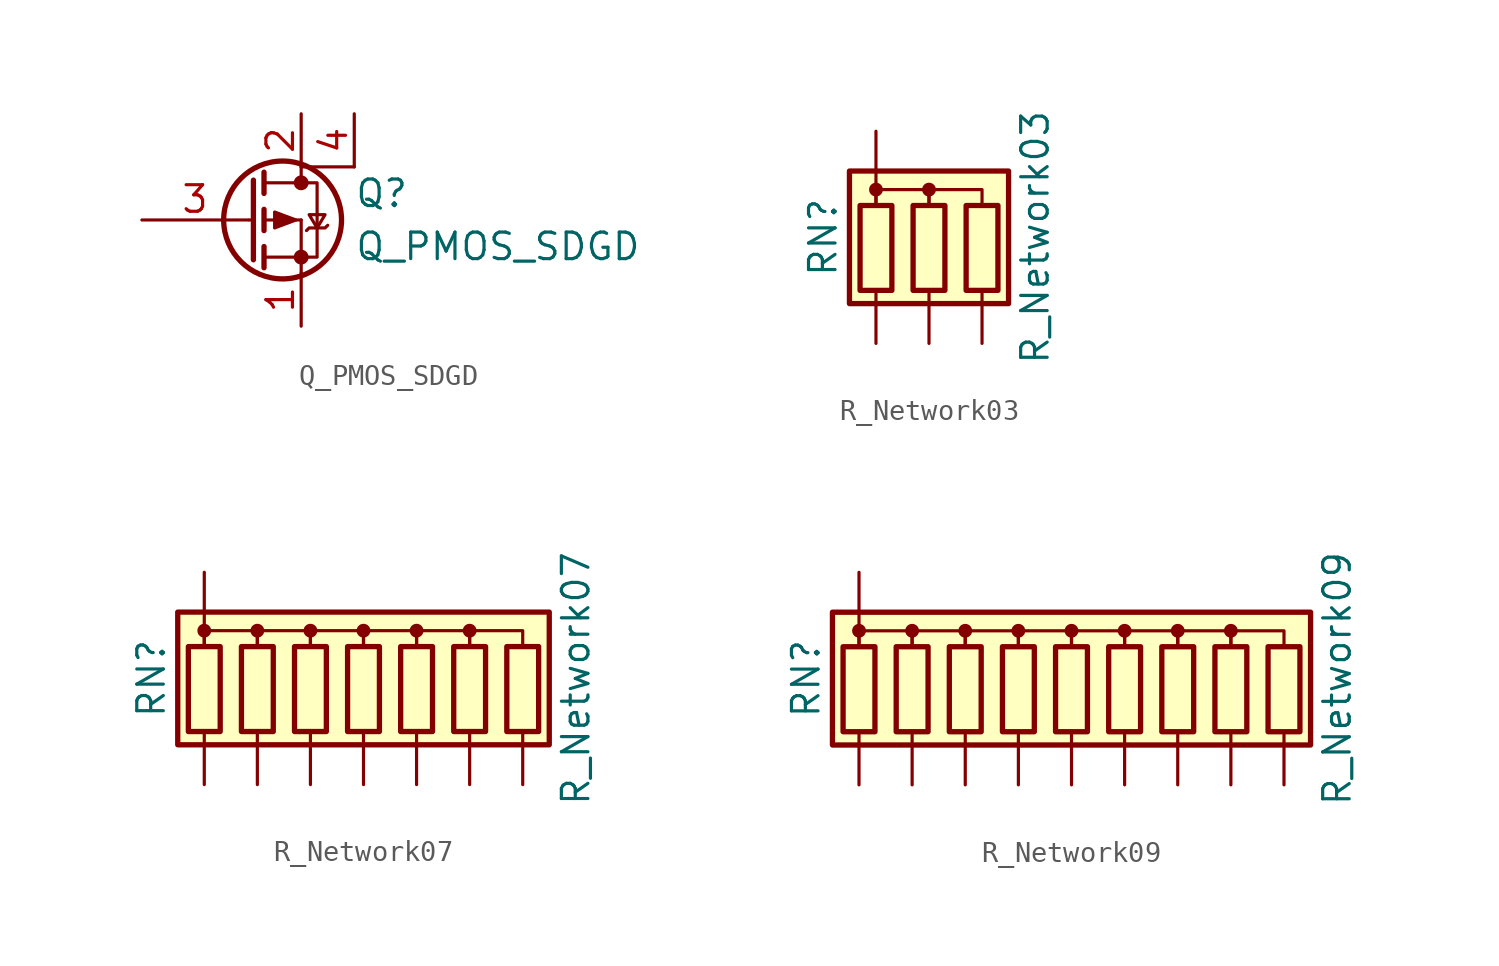
<source format=kicad_sym>
(kicad_symbol_lib
  (version 20211014)
  (generator kicad_symbol_editor)
  (symbol "Q_PMOS_SDGD"
    (pin_names
      (offset 0) hide)
    (property "Reference" "Q"
      (at 5.08 1.27 0)
      (effects (font (size 1.27 1.27)) (justify left)))
    (property "Value" "Q_PMOS_SDGD"
      (at 5.08 -1.27 0)
      (effects (font (size 1.27 1.27)) (justify left)))
    (symbol "Q_PMOS_SDGD_0_1"
      (polyline (pts (xy 0.051 0) (xy 0.254 0)) (stroke (width 0) (type default) (color 0 0 0 0)) (fill (type none)))
      (polyline (pts (xy 0.762 -1.778) (xy 2.54 -1.778)) (stroke (width 0) (type default) (color 0 0 0 0)) (fill (type none)))
      (polyline (pts (xy 0.762 -1.27) (xy 0.762 -2.286)) (stroke (width 0.254) (type default) (color 0 0 0 0)) (fill (type none)))
      (polyline (pts (xy 0.762 0) (xy 2.54 0)) (stroke (width 0) (type default) (color 0 0 0 0)) (fill (type none)))
      (polyline (pts (xy 0.762 0.508) (xy 0.762 -0.508)) (stroke (width 0.254) (type default) (color 0 0 0 0)) (fill (type none)))
      (polyline (pts (xy 0.762 1.778) (xy 2.54 1.778)) (stroke (width 0) (type default) (color 0 0 0 0)) (fill (type none)))
      (polyline (pts (xy 0.762 2.286) (xy 0.762 1.27)) (stroke (width 0.254) (type default) (color 0 0 0 0)) (fill (type none)))
      (polyline (pts (xy 2.54 -1.778) (xy 2.54 -2.54)) (stroke (width 0) (type default) (color 0 0 0 0)) (fill (type none)))
      (polyline (pts (xy 2.54 -1.778) (xy 2.54 0)) (stroke (width 0) (type default) (color 0 0 0 0)) (fill (type none)))
      (polyline (pts (xy 2.54 2.54) (xy 2.54 1.778)) (stroke (width 0) (type default) (color 0 0 0 0)) (fill (type none)))
      (polyline (pts (xy 5.08 2.54) (xy 2.54 2.54)) (stroke (width 0) (type default) (color 0 0 0 0)) (fill (type none)))
      (polyline (pts (xy 0.254 1.905) (xy 0.254 -1.905) (xy 0.254 -1.905)) (stroke (width 0.254) (type default) (color 0 0 0 0)) (fill (type none)))
      (polyline (pts (xy 2.286 0) (xy 1.27 -0.381) (xy 1.27 0.381) (xy 2.286 0)) (stroke (width 0) (type default) (color 0 0 0 0)) (fill (type outline)))
      (polyline (pts (xy 2.54 -1.778) (xy 3.302 -1.778) (xy 3.302 1.778) (xy 2.54 1.778)) (stroke (width 0) (type default) (color 0 0 0 0)) (fill (type none)))
      (polyline (pts (xy 2.794 -0.508) (xy 2.921 -0.381) (xy 3.683 -0.381) (xy 3.81 -0.254)) (stroke (width 0) (type default) (color 0 0 0 0)) (fill (type none)))
      (polyline (pts (xy 3.302 -0.381) (xy 2.921 0.254) (xy 3.683 0.254) (xy 3.302 -0.381)) (stroke (width 0) (type default) (color 0 0 0 0)) (fill (type none)))
      (circle (center 1.651 0) (radius 2.819) (stroke (width 0.254) (type default) (color 0 0 0 0)) (fill (type none)))
      (circle (center 2.54 -1.778) (radius 0.279) (stroke (width 0) (type default) (color 0 0 0 0)) (fill (type outline)))
      (circle (center 2.54 1.778) (radius 0.279) (stroke (width 0) (type default) (color 0 0 0 0)) (fill (type outline))))
    (symbol "Q_PMOS_SDGD_1_1"
      (pin passive line (at 2.54 -5.08 90) (length 2.54) (name "S" (effects (font (size 1.27 1.27)))) (number "1" (effects (font (size 1.27 1.27)))))
      (pin passive line (at 2.54 5.08 270) (length 2.54) (name "D" (effects (font (size 1.27 1.27)))) (number "2" (effects (font (size 1.27 1.27)))))
      (pin input line (at -5.08 0 0) (length 5.08) (name "G" (effects (font (size 1.27 1.27)))) (number "3" (effects (font (size 1.27 1.27)))))
      (pin passive line (at 5.08 5.08 270) (length 2.54) (name "D" (effects (font (size 1.27 1.27)))) (number "4" (effects (font (size 1.27 1.27)))))))
  (symbol "R_Network03"
    (pin_numbers hide)
    (pin_names
      (offset 0) hide)
    (property "Reference" "RN"
      (at -5.08 0 90)
      (effects (font (size 1.27 1.27))))
    (property "Value" "R_Network03"
      (at 5.08 0 90)
      (effects (font (size 1.27 1.27))))
    (symbol "R_Network03_0_1"
      (rectangle (start -3.81 -3.175) (end 3.81 3.175) (stroke (width 0.254) (type default) (color 0 0 0 0)) (fill (type background)))
      (rectangle (start -3.302 1.524) (end -1.778 -2.54) (stroke (width 0.254) (type default) (color 0 0 0 0)) (fill (type none)))
      (circle (center -2.54 2.286) (radius 0.254) (stroke (width 0) (type default) (color 0 0 0 0)) (fill (type outline)))
      (rectangle (start -0.762 1.524) (end 0.762 -2.54) (stroke (width 0.254) (type default) (color 0 0 0 0)) (fill (type none)))
      (polyline (pts (xy -2.54 2.54) (xy -2.54 1.524)) (stroke (width 0) (type default) (color 0 0 0 0)) (fill (type none)))
      (polyline (pts (xy -2.54 1.524) (xy -2.54 2.286) (xy 0 2.286) (xy 0 1.524)) (stroke (width 0) (type default) (color 0 0 0 0)) (fill (type none)))
      (polyline (pts (xy 0 1.524) (xy 0 2.286) (xy 2.54 2.286) (xy 2.54 1.524)) (stroke (width 0) (type default) (color 0 0 0 0)) (fill (type none)))
      (circle (center 0 2.286) (radius 0.254) (stroke (width 0) (type default) (color 0 0 0 0)) (fill (type outline)))
      (rectangle (start 1.778 1.524) (end 3.302 -2.54) (stroke (width 0.254) (type default) (color 0 0 0 0)) (fill (type none))))
    (symbol "R_Network03_1_1"
      (pin passive line (at -2.54 5.08 270) (length 2.54) (name "common" (effects (font (size 1.27 1.27)))) (number "1" (effects (font (size 1.27 1.27)))))
      (pin passive line (at -2.54 -5.08 90) (length 2.54) (name "R1" (effects (font (size 1.27 1.27)))) (number "2" (effects (font (size 1.27 1.27)))))
      (pin passive line (at 0 -5.08 90) (length 2.54) (name "R2" (effects (font (size 1.27 1.27)))) (number "3" (effects (font (size 1.27 1.27)))))
      (pin passive line (at 2.54 -5.08 90) (length 2.54) (name "R3" (effects (font (size 1.27 1.27)))) (number "4" (effects (font (size 1.27 1.27)))))))
  (symbol "R_Network07"
    (pin_numbers hide)
    (pin_names
      (offset 0) hide)
    (property "Reference" "RN"
      (at -10.16 0 90)
      (effects (font (size 1.27 1.27))))
    (property "Value" "R_Network07"
      (at 10.16 0 90)
      (effects (font (size 1.27 1.27))))
    (symbol "R_Network07_0_1"
      (rectangle (start -8.89 -3.175) (end 8.89 3.175) (stroke (width 0.254) (type default) (color 0 0 0 0)) (fill (type background)))
      (rectangle (start -8.382 1.524) (end -6.858 -2.54) (stroke (width 0.254) (type default) (color 0 0 0 0)) (fill (type none)))
      (circle (center -7.62 2.286) (radius 0.254) (stroke (width 0) (type default) (color 0 0 0 0)) (fill (type outline)))
      (rectangle (start -5.842 1.524) (end -4.318 -2.54) (stroke (width 0.254) (type default) (color 0 0 0 0)) (fill (type none)))
      (circle (center -5.08 2.286) (radius 0.254) (stroke (width 0) (type default) (color 0 0 0 0)) (fill (type outline)))
      (rectangle (start -3.302 1.524) (end -1.778 -2.54) (stroke (width 0.254) (type default) (color 0 0 0 0)) (fill (type none)))
      (circle (center -2.54 2.286) (radius 0.254) (stroke (width 0) (type default) (color 0 0 0 0)) (fill (type outline)))
      (rectangle (start -0.762 1.524) (end 0.762 -2.54) (stroke (width 0.254) (type default) (color 0 0 0 0)) (fill (type none)))
      (polyline (pts (xy -7.62 2.54) (xy -7.62 1.524)) (stroke (width 0) (type default) (color 0 0 0 0)) (fill (type none)))
      (polyline (pts (xy -7.62 1.524) (xy -7.62 2.286) (xy -5.08 2.286) (xy -5.08 1.524)) (stroke (width 0) (type default) (color 0 0 0 0)) (fill (type none)))
      (polyline (pts (xy -5.08 1.524) (xy -5.08 2.286) (xy -2.54 2.286) (xy -2.54 1.524)) (stroke (width 0) (type default) (color 0 0 0 0)) (fill (type none)))
      (polyline (pts (xy -2.54 1.524) (xy -2.54 2.286) (xy 0 2.286) (xy 0 1.524)) (stroke (width 0) (type default) (color 0 0 0 0)) (fill (type none)))
      (polyline (pts (xy 0 1.524) (xy 0 2.286) (xy 2.54 2.286) (xy 2.54 1.524)) (stroke (width 0) (type default) (color 0 0 0 0)) (fill (type none)))
      (polyline (pts (xy 2.54 1.524) (xy 2.54 2.286) (xy 5.08 2.286) (xy 5.08 1.524)) (stroke (width 0) (type default) (color 0 0 0 0)) (fill (type none)))
      (polyline (pts (xy 5.08 1.524) (xy 5.08 2.286) (xy 7.62 2.286) (xy 7.62 1.524)) (stroke (width 0) (type default) (color 0 0 0 0)) (fill (type none)))
      (circle (center 0 2.286) (radius 0.254) (stroke (width 0) (type default) (color 0 0 0 0)) (fill (type outline)))
      (rectangle (start 1.778 1.524) (end 3.302 -2.54) (stroke (width 0.254) (type default) (color 0 0 0 0)) (fill (type none)))
      (circle (center 2.54 2.286) (radius 0.254) (stroke (width 0) (type default) (color 0 0 0 0)) (fill (type outline)))
      (rectangle (start 4.318 1.524) (end 5.842 -2.54) (stroke (width 0.254) (type default) (color 0 0 0 0)) (fill (type none)))
      (circle (center 5.08 2.286) (radius 0.254) (stroke (width 0) (type default) (color 0 0 0 0)) (fill (type outline)))
      (rectangle (start 6.858 1.524) (end 8.382 -2.54) (stroke (width 0.254) (type default) (color 0 0 0 0)) (fill (type none))))
    (symbol "R_Network07_1_1"
      (pin passive line (at -7.62 5.08 270) (length 2.54) (name "common" (effects (font (size 1.27 1.27)))) (number "1" (effects (font (size 1.27 1.27)))))
      (pin passive line (at -7.62 -5.08 90) (length 2.54) (name "R1" (effects (font (size 1.27 1.27)))) (number "2" (effects (font (size 1.27 1.27)))))
      (pin passive line (at -5.08 -5.08 90) (length 2.54) (name "R2" (effects (font (size 1.27 1.27)))) (number "3" (effects (font (size 1.27 1.27)))))
      (pin passive line (at -2.54 -5.08 90) (length 2.54) (name "R3" (effects (font (size 1.27 1.27)))) (number "4" (effects (font (size 1.27 1.27)))))
      (pin passive line (at 0 -5.08 90) (length 2.54) (name "R4" (effects (font (size 1.27 1.27)))) (number "5" (effects (font (size 1.27 1.27)))))
      (pin passive line (at 2.54 -5.08 90) (length 2.54) (name "R5" (effects (font (size 1.27 1.27)))) (number "6" (effects (font (size 1.27 1.27)))))
      (pin passive line (at 5.08 -5.08 90) (length 2.54) (name "R6" (effects (font (size 1.27 1.27)))) (number "7" (effects (font (size 1.27 1.27)))))
      (pin passive line (at 7.62 -5.08 90) (length 2.54) (name "R7" (effects (font (size 1.27 1.27)))) (number "8" (effects (font (size 1.27 1.27)))))))
  (symbol "R_Network09"
    (pin_numbers hide)
    (pin_names
      (offset 0) hide)
    (property "Reference" "RN"
      (at -12.7 0 90)
      (effects (font (size 1.27 1.27))))
    (property "Value" "R_Network09"
      (at 12.7 0 90)
      (effects (font (size 1.27 1.27))))
    (symbol "R_Network09_0_1"
      (rectangle (start -11.43 -3.175) (end 11.43 3.175) (stroke (width 0.254) (type default) (color 0 0 0 0)) (fill (type background)))
      (rectangle (start -10.922 1.524) (end -9.398 -2.54) (stroke (width 0.254) (type default) (color 0 0 0 0)) (fill (type none)))
      (circle (center -10.16 2.286) (radius 0.254) (stroke (width 0) (type default) (color 0 0 0 0)) (fill (type outline)))
      (rectangle (start -8.382 1.524) (end -6.858 -2.54) (stroke (width 0.254) (type default) (color 0 0 0 0)) (fill (type none)))
      (circle (center -7.62 2.286) (radius 0.254) (stroke (width 0) (type default) (color 0 0 0 0)) (fill (type outline)))
      (rectangle (start -5.842 1.524) (end -4.318 -2.54) (stroke (width 0.254) (type default) (color 0 0 0 0)) (fill (type none)))
      (circle (center -5.08 2.286) (radius 0.254) (stroke (width 0) (type default) (color 0 0 0 0)) (fill (type outline)))
      (rectangle (start -3.302 1.524) (end -1.778 -2.54) (stroke (width 0.254) (type default) (color 0 0 0 0)) (fill (type none)))
      (circle (center -2.54 2.286) (radius 0.254) (stroke (width 0) (type default) (color 0 0 0 0)) (fill (type outline)))
      (rectangle (start -0.762 1.524) (end 0.762 -2.54) (stroke (width 0.254) (type default) (color 0 0 0 0)) (fill (type none)))
      (polyline (pts (xy -10.16 2.54) (xy -10.16 1.524)) (stroke (width 0) (type default) (color 0 0 0 0)) (fill (type none)))
      (polyline (pts (xy -10.16 1.524) (xy -10.16 2.286) (xy -7.62 2.286) (xy -7.62 1.524)) (stroke (width 0) (type default) (color 0 0 0 0)) (fill (type none)))
      (polyline (pts (xy -7.62 1.524) (xy -7.62 2.286) (xy -5.08 2.286) (xy -5.08 1.524)) (stroke (width 0) (type default) (color 0 0 0 0)) (fill (type none)))
      (polyline (pts (xy -5.08 1.524) (xy -5.08 2.286) (xy -2.54 2.286) (xy -2.54 1.524)) (stroke (width 0) (type default) (color 0 0 0 0)) (fill (type none)))
      (polyline (pts (xy -2.54 1.524) (xy -2.54 2.286) (xy 0 2.286) (xy 0 1.524)) (stroke (width 0) (type default) (color 0 0 0 0)) (fill (type none)))
      (polyline (pts (xy 0 1.524) (xy 0 2.286) (xy 2.54 2.286) (xy 2.54 1.524)) (stroke (width 0) (type default) (color 0 0 0 0)) (fill (type none)))
      (polyline (pts (xy 2.54 1.524) (xy 2.54 2.286) (xy 5.08 2.286) (xy 5.08 1.524)) (stroke (width 0) (type default) (color 0 0 0 0)) (fill (type none)))
      (polyline (pts (xy 5.08 1.524) (xy 5.08 2.286) (xy 7.62 2.286) (xy 7.62 1.524)) (stroke (width 0) (type default) (color 0 0 0 0)) (fill (type none)))
      (polyline (pts (xy 7.62 1.524) (xy 7.62 2.286) (xy 10.16 2.286) (xy 10.16 1.524)) (stroke (width 0) (type default) (color 0 0 0 0)) (fill (type none)))
      (circle (center 0 2.286) (radius 0.254) (stroke (width 0) (type default) (color 0 0 0 0)) (fill (type outline)))
      (rectangle (start 1.778 1.524) (end 3.302 -2.54) (stroke (width 0.254) (type default) (color 0 0 0 0)) (fill (type none)))
      (circle (center 2.54 2.286) (radius 0.254) (stroke (width 0) (type default) (color 0 0 0 0)) (fill (type outline)))
      (rectangle (start 4.318 1.524) (end 5.842 -2.54) (stroke (width 0.254) (type default) (color 0 0 0 0)) (fill (type none)))
      (circle (center 5.08 2.286) (radius 0.254) (stroke (width 0) (type default) (color 0 0 0 0)) (fill (type outline)))
      (rectangle (start 6.858 1.524) (end 8.382 -2.54) (stroke (width 0.254) (type default) (color 0 0 0 0)) (fill (type none)))
      (circle (center 7.62 2.286) (radius 0.254) (stroke (width 0) (type default) (color 0 0 0 0)) (fill (type outline)))
      (rectangle (start 9.398 1.524) (end 10.922 -2.54) (stroke (width 0.254) (type default) (color 0 0 0 0)) (fill (type none))))
    (symbol "R_Network09_1_1"
      (pin passive line (at -10.16 5.08 270) (length 2.54) (name "common" (effects (font (size 1.27 1.27)))) (number "1" (effects (font (size 1.27 1.27)))))
      (pin passive line (at 10.16 -5.08 90) (length 2.54) (name "R9" (effects (font (size 1.27 1.27)))) (number "10" (effects (font (size 1.27 1.27)))))
      (pin passive line (at -10.16 -5.08 90) (length 2.54) (name "R1" (effects (font (size 1.27 1.27)))) (number "2" (effects (font (size 1.27 1.27)))))
      (pin passive line (at -7.62 -5.08 90) (length 2.54) (name "R2" (effects (font (size 1.27 1.27)))) (number "3" (effects (font (size 1.27 1.27)))))
      (pin passive line (at -5.08 -5.08 90) (length 2.54) (name "R3" (effects (font (size 1.27 1.27)))) (number "4" (effects (font (size 1.27 1.27)))))
      (pin passive line (at -2.54 -5.08 90) (length 2.54) (name "R4" (effects (font (size 1.27 1.27)))) (number "5" (effects (font (size 1.27 1.27)))))
      (pin passive line (at 0 -5.08 90) (length 2.54) (name "R5" (effects (font (size 1.27 1.27)))) (number "6" (effects (font (size 1.27 1.27)))))
      (pin passive line (at 2.54 -5.08 90) (length 2.54) (name "R6" (effects (font (size 1.27 1.27)))) (number "7" (effects (font (size 1.27 1.27)))))
      (pin passive line (at 5.08 -5.08 90) (length 2.54) (name "R7" (effects (font (size 1.27 1.27)))) (number "8" (effects (font (size 1.27 1.27)))))
      (pin passive line (at 7.62 -5.08 90) (length 2.54) (name "R8" (effects (font (size 1.27 1.27)))) (number "9" (effects (font (size 1.27 1.27))))))))
</source>
